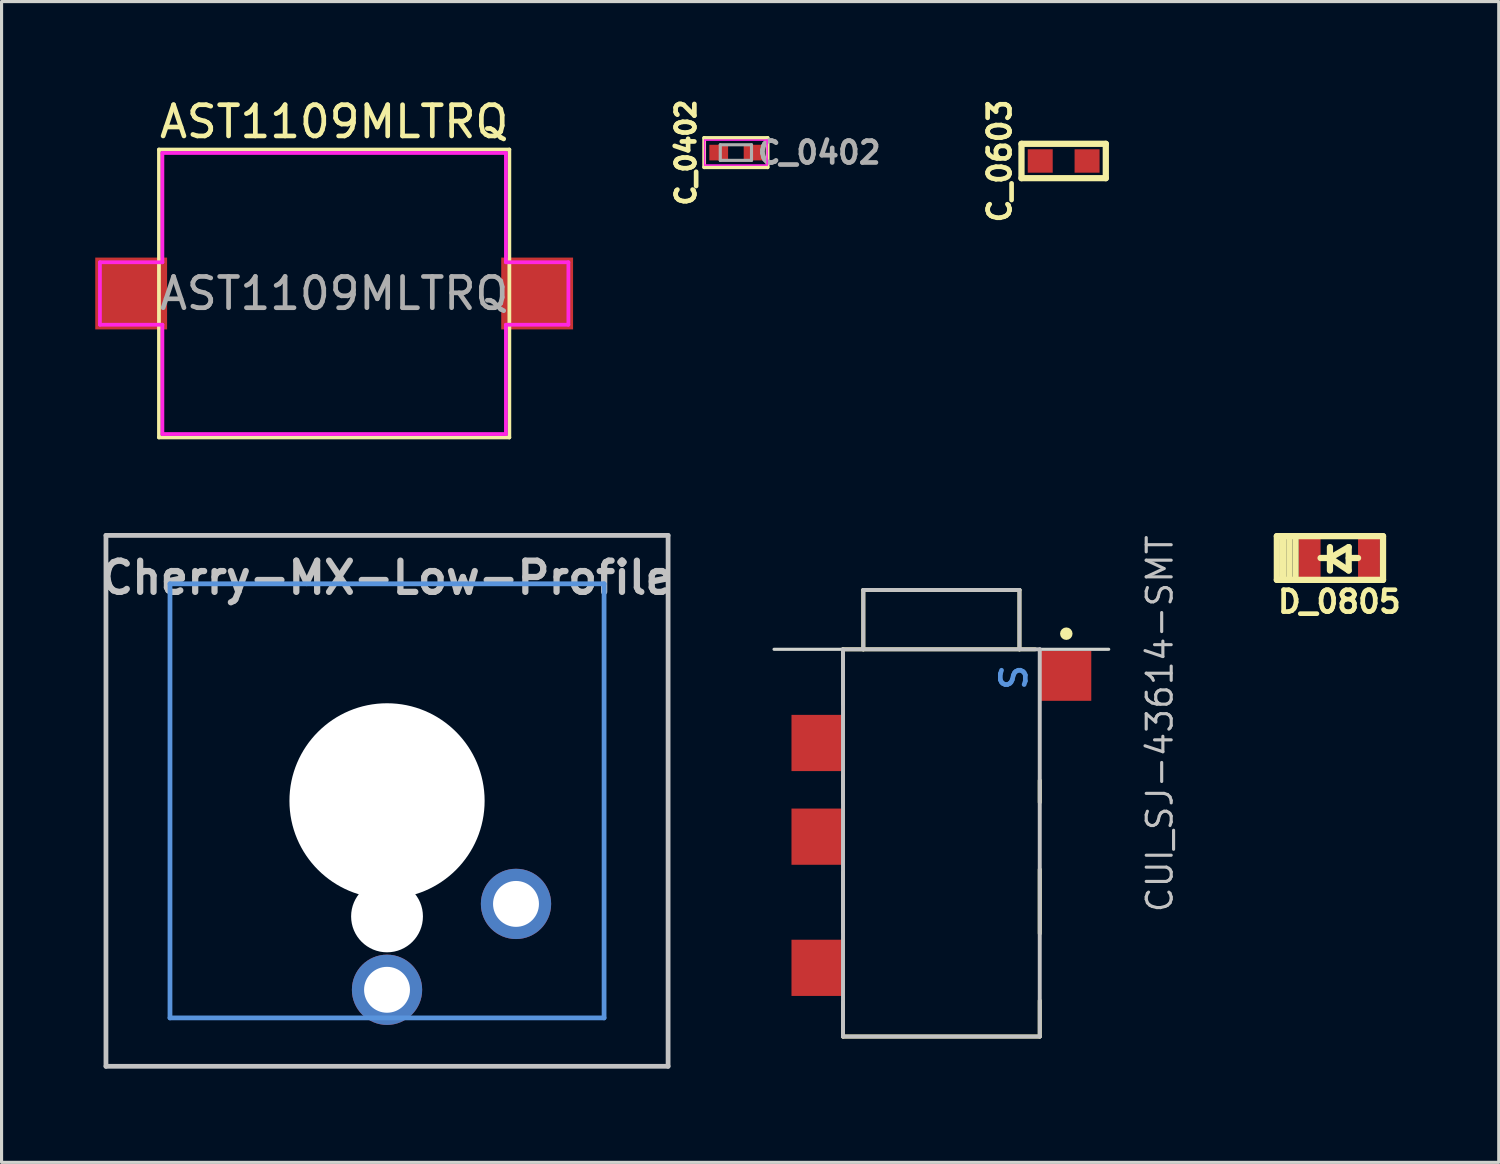
<source format=kicad_pcb>
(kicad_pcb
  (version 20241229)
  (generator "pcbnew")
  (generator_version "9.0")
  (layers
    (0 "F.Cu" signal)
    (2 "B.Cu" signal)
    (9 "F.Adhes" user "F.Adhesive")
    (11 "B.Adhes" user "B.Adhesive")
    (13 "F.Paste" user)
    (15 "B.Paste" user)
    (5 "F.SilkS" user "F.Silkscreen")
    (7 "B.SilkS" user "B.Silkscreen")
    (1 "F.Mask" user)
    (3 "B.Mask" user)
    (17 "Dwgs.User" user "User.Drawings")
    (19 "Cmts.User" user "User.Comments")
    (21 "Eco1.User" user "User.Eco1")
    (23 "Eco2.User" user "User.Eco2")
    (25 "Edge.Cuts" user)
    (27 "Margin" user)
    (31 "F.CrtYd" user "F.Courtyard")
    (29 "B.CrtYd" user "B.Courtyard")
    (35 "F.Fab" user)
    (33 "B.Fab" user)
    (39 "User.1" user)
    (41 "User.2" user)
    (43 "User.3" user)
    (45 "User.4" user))
  (footprint "AST1109MLTRQ"
    (layer "F.Cu")
    (at 7.65 6.348)
    (property "Reference" "AST1109MLTRQ" (at 0 -5.5 0) (layer "F.SilkS") (effects (font (size 1 1) (thickness 0.15))))
    (attr smd)
    (fp_line (start -5.61 -4.61) (end 5.61 -4.61) (stroke (width 0.12) (type solid)) (layer "F.SilkS"))
    (fp_line (start -5.61 4.61) (end -5.61 -4.61) (stroke (width 0.12) (type solid)) (layer "F.SilkS"))
    (fp_line (start 5.61 -4.61) (end 5.61 4.61) (stroke (width 0.12) (type solid)) (layer "F.SilkS"))
    (fp_line (start 5.61 4.61) (end -5.61 4.61) (stroke (width 0.12) (type solid)) (layer "F.SilkS"))
    (fp_line (start -7.5 -1) (end -7.5 1) (stroke (width 0.12) (type solid)) (layer "F.CrtYd"))
    (fp_line (start -7.5 1) (end -5.5 1) (stroke (width 0.12) (type solid)) (layer "F.CrtYd"))
    (fp_line (start -5.5 -1) (end -7.5 -1) (stroke (width 0.12) (type solid)) (layer "F.CrtYd"))
    (fp_line (start -5.5 -1) (end -5.5 -4.5) (stroke (width 0.12) (type solid)) (layer "F.CrtYd"))
    (fp_line (start -5.5 1) (end -5.5 4.5) (stroke (width 0.12) (type solid)) (layer "F.CrtYd"))
    (fp_line (start 5.5 -4.5) (end -5.5 -4.5) (stroke (width 0.12) (type solid)) (layer "F.CrtYd"))
    (fp_line (start 5.5 -1) (end 5.5 -4.5) (stroke (width 0.12) (type solid)) (layer "F.CrtYd"))
    (fp_line (start 5.5 1) (end 7.5 1) (stroke (width 0.12) (type solid)) (layer "F.CrtYd"))
    (fp_line (start 5.5 4.5) (end -5.5 4.5) (stroke (width 0.12) (type solid)) (layer "F.CrtYd"))
    (fp_line (start 5.5 4.5) (end 5.5 1) (stroke (width 0.12) (type solid)) (layer "F.CrtYd"))
    (fp_line (start 7.5 -1) (end 5.5 -1) (stroke (width 0.12) (type solid)) (layer "F.CrtYd"))
    (fp_line (start 7.5 1) (end 7.5 -1) (stroke (width 0.12) (type solid)) (layer "F.CrtYd"))
    (fp_text user "${REFERENCE}" (at 0 0 0) (layer "F.Fab") (effects (font (size 1 1) (thickness 0.15))))
    (pad "1" smd rect (at -6.5 0) (size 2.3 2.3) (layers "F.Cu" "F.Mask" "F.Paste"))
    (pad "2" smd rect (at 6.5 0) (size 2.3 2.3) (layers "F.Cu" "F.Mask" "F.Paste")))
  (footprint "CUI_SJ-43614-SMT"
    (layer "F.Cu")
    (at 27.094 17.741)
    (property "Reference" "CUI_SJ-43614-SMT" (at 6.994 2.385 270) (layer "Dwgs.User") (effects (font (size 0.8 0.8) (thickness 0.1))))
    (attr smd)
    (fp_line (start -3.15 0) (end -3.15 1.75) (stroke (width 0.127) (type solid)) (layer "F.SilkS"))
    (fp_line (start -3.15 4.05) (end -3.15 4.9) (stroke (width 0.127) (type solid)) (layer "F.SilkS"))
    (fp_line (start -3.15 7.15) (end -3.15 9.05) (stroke (width 0.127) (type solid)) (layer "F.SilkS"))
    (fp_line (start -3.15 12.4) (end -3.15 11.3) (stroke (width 0.127) (type solid)) (layer "F.SilkS"))
    (fp_line (start -2.5 -1.9) (end -2.5 0) (stroke (width 0.127) (type solid)) (layer "F.SilkS"))
    (fp_line (start -2.5 0) (end -3.15 0) (stroke (width 0.127) (type solid)) (layer "F.SilkS"))
    (fp_line (start 2.5 -1.9) (end -2.5 -1.9) (stroke (width 0.127) (type solid)) (layer "F.SilkS"))
    (fp_line (start 2.5 0) (end -2.5 0) (stroke (width 0.127) (type solid)) (layer "F.SilkS"))
    (fp_line (start 2.5 0) (end 2.5 -1.9) (stroke (width 0.127) (type solid)) (layer "F.SilkS"))
    (fp_line (start 3 0) (end 2.5 0) (stroke (width 0.127) (type solid)) (layer "F.SilkS"))
    (fp_line (start 3.15 4.2) (end 3.15 4.9) (stroke (width 0.127) (type solid)) (layer "F.SilkS"))
    (fp_line (start 3.15 9.1) (end 3.15 7.05) (stroke (width 0.127) (type solid)) (layer "F.SilkS"))
    (fp_line (start 3.15 11.25) (end 3.15 12.4) (stroke (width 0.127) (type solid)) (layer "F.SilkS"))
    (fp_line (start 3.15 12.4) (end -3.15 12.4) (stroke (width 0.127) (type solid)) (layer "F.SilkS"))
    (fp_circle (center 4 -0.5) (end 4 -0.4) (stroke (width 0.2) (type solid)) (fill no) (layer "F.SilkS"))
    (fp_line (start -3.15 0) (end -2.5 0) (stroke (width 0.127) (type solid)) (layer "Dwgs.User"))
    (fp_line (start -3.15 12.4) (end -3.15 0) (stroke (width 0.127) (type solid)) (layer "Dwgs.User"))
    (fp_line (start -2.5 -1.9) (end -2.5 0) (stroke (width 0.127) (type solid)) (layer "Dwgs.User"))
    (fp_line (start -2.5 0) (end 2.5 0) (stroke (width 0.127) (type solid)) (layer "Dwgs.User"))
    (fp_line (start 2.5 -1.9) (end -2.5 -1.9) (stroke (width 0.127) (type solid)) (layer "Dwgs.User"))
    (fp_line (start 2.5 0) (end 2.5 -1.9) (stroke (width 0.127) (type solid)) (layer "Dwgs.User"))
    (fp_line (start 2.5 0) (end 3.15 0) (stroke (width 0.127) (type solid)) (layer "Dwgs.User"))
    (fp_line (start 3.15 0) (end 3.15 12.4) (stroke (width 0.127) (type solid)) (layer "Dwgs.User"))
    (fp_line (start 3.15 12.4) (end -3.15 12.4) (stroke (width 0.127) (type solid)) (layer "Dwgs.User"))
    (fp_line (start -5 2) (end -3.5 2) (stroke (width 0.05) (type solid)) (layer "Eco1.User"))
    (fp_line (start -5 11.25) (end -5 2) (stroke (width 0.05) (type solid)) (layer "Eco1.User"))
    (fp_line (start -3.5 -0.25) (end -2.75 -0.25) (stroke (width 0.05) (type solid)) (layer "Eco1.User"))
    (fp_line (start -3.5 2) (end -3.5 -0.25) (stroke (width 0.05) (type solid)) (layer "Eco1.User"))
    (fp_line (start -3.5 11.25) (end -5 11.25) (stroke (width 0.05) (type solid)) (layer "Eco1.User"))
    (fp_line (start -3.5 12.75) (end -3.5 11.25) (stroke (width 0.05) (type solid)) (layer "Eco1.User"))
    (fp_line (start -2.75 -0.25) (end -2.75 -2.25) (stroke (width 0.05) (type solid)) (layer "Eco1.User"))
    (fp_line (start 2.75 -2.25) (end -2.75 -2.25) (stroke (width 0.05) (type solid)) (layer "Eco1.User"))
    (fp_line (start 2.75 -2.25) (end 2.75 -0.25) (stroke (width 0.05) (type solid)) (layer "Eco1.User"))
    (fp_line (start 2.75 -0.25) (end 5 -0.25) (stroke (width 0.05) (type solid)) (layer "Eco1.User"))
    (fp_line (start 3.5 11.25) (end 3.5 12.75) (stroke (width 0.05) (type solid)) (layer "Eco1.User"))
    (fp_line (start 3.5 12.75) (end -3.5 12.75) (stroke (width 0.05) (type solid)) (layer "Eco1.User"))
    (fp_line (start 5 -0.25) (end 5 11.25) (stroke (width 0.05) (type solid)) (layer "Eco1.User"))
    (fp_line (start 5 11.25) (end 3.5 11.25) (stroke (width 0.05) (type solid)) (layer "Eco1.User"))
    (fp_line (start -3.15 0) (end -5.358 0) (stroke (width 0.1) (type solid)) (layer "Edge.Cuts"))
    (fp_line (start -3.15 0) (end -3.15 7.5) (stroke (width 0.0001) (type solid)) (layer "Edge.Cuts"))
    (fp_line (start -3.15 7.5) (end -3.6 7.5) (stroke (width 0.0001) (type solid)) (layer "Edge.Cuts"))
    (fp_line (start -3.15 8.7) (end -3.6 8.7) (stroke (width 0.0001) (type solid)) (layer "Edge.Cuts"))
    (fp_line (start -3.15 12.4) (end -3.15 8.7) (stroke (width 0.0001) (type solid)) (layer "Edge.Cuts"))
    (fp_line (start 2.15 12.4) (end -2.15 12.4) (stroke (width 0.0001) (type solid)) (layer "Edge.Cuts"))
    (fp_line (start 3.15 0) (end 3.15 7.5) (stroke (width 0.0001) (type solid)) (layer "Edge.Cuts"))
    (fp_line (start 3.15 0) (end 5.358 0) (stroke (width 0.1) (type solid)) (layer "Edge.Cuts"))
    (fp_line (start 3.15 7.5) (end 3.6 7.5) (stroke (width 0.0001) (type solid)) (layer "Edge.Cuts"))
    (fp_line (start 3.15 8.7) (end 3.15 12.4) (stroke (width 0.0001) (type solid)) (layer "Edge.Cuts"))
    (fp_line (start 3.15 8.7) (end 3.6 8.7) (stroke (width 0.0001) (type solid)) (layer "Edge.Cuts"))
    (fp_arc (start -4.2 8.1) (mid -4.024264 7.675736) (end -3.6 7.5) (stroke (width 0.0001) (type solid)) (layer "Edge.Cuts"))
    (fp_arc (start -3.6 8.7) (mid -4.024264 8.524264) (end -4.2 8.1) (stroke (width 0.0001) (type solid)) (layer "Edge.Cuts"))
    (fp_arc (start -2.65 12.9) (mid -3.003553 12.753553) (end -3.15 12.4) (stroke (width 0.0001) (type solid)) (layer "Edge.Cuts"))
    (fp_arc (start -2.15 12.4) (mid -2.296447 12.753553) (end -2.65 12.9) (stroke (width 0.0001) (type solid)) (layer "Edge.Cuts"))
    (fp_arc (start 2.65 12.9) (mid 2.296447 12.753553) (end 2.15 12.4) (stroke (width 0.0001) (type solid)) (layer "Edge.Cuts"))
    (fp_arc (start 3.15 12.4) (mid 3.003553 12.753553) (end 2.65 12.9) (stroke (width 0.0001) (type solid)) (layer "Edge.Cuts"))
    (fp_arc (start 3.6 7.5) (mid 4.024264 7.675736) (end 4.2 8.1) (stroke (width 0.0001) (type solid)) (layer "Edge.Cuts"))
    (fp_arc (start 4.2 8.1) (mid 4.024264 8.524264) (end 3.6 8.7) (stroke (width 0.0001) (type solid)) (layer "Edge.Cuts"))
    (fp_text user "S" (at 2.25 0.9 270) (unlocked yes) (layer "Cmts.User") (effects (font (size 0.8 0.8) (thickness 0.15))))
    (pad "1" smd rect (at 3.975 0.85 90) (size 1.6 1.65) (layers "F.Cu" "F.Mask" "F.Paste"))
    (pad "2" smd rect (at -3.975 10.2 90) (size 1.8 1.65) (layers "F.Cu" "F.Mask" "F.Paste"))
    (pad "3" smd rect (at -3.975 6 90) (size 1.8 1.65) (layers "F.Cu" "F.Mask" "F.Paste"))
    (pad "4" smd rect (at -3.975 3 90) (size 1.8 1.65) (layers "F.Cu" "F.Mask" "F.Paste")))
  (footprint "C_0402"
    (layer "F.Cu")
    (at 20.514 1.836)
    (property "Reference" "C_0402" (at -1.6 0 90) (layer "F.SilkS") (effects (font (size 0.6 0.6) (thickness 0.15))))
    (attr smd)
    (fp_line (start -1.016 -0.47) (end -1.016 0.47) (stroke (width 0.12) (type solid)) (layer "F.SilkS"))
    (fp_line (start -1.016 0.47) (end 1.016 0.47) (stroke (width 0.12) (type solid)) (layer "F.SilkS"))
    (fp_line (start 1.016 -0.47) (end -1.016 -0.47) (stroke (width 0.12) (type solid)) (layer "F.SilkS"))
    (fp_line (start 1.016 -0.47) (end 1.016 0.47) (stroke (width 0.12) (type solid)) (layer "F.SilkS"))
    (fp_line (start -1 -0.4) (end -1 0.4) (stroke (width 0.05) (type solid)) (layer "F.CrtYd"))
    (fp_line (start -1 -0.4) (end 1 -0.4) (stroke (width 0.05) (type solid)) (layer "F.CrtYd"))
    (fp_line (start 1 0.4) (end -1 0.4) (stroke (width 0.05) (type solid)) (layer "F.CrtYd"))
    (fp_line (start 1 0.4) (end 1 -0.4) (stroke (width 0.05) (type solid)) (layer "F.CrtYd"))
    (fp_line (start -0.5 -0.25) (end 0.5 -0.25) (stroke (width 0.1) (type solid)) (layer "F.Fab"))
    (fp_line (start -0.5 0.25) (end -0.5 -0.25) (stroke (width 0.1) (type solid)) (layer "F.Fab"))
    (fp_line (start 0.5 -0.25) (end 0.5 0.25) (stroke (width 0.1) (type solid)) (layer "F.Fab"))
    (fp_line (start 0.5 0.25) (end -0.5 0.25) (stroke (width 0.1) (type solid)) (layer "F.Fab"))
    (fp_text user "${REFERENCE}" (at 2.667 0 0) (layer "F.Fab") (effects (font (size 0.7 0.7) (thickness 0.15))))
    (pad "1" smd rect (at -0.55 0) (size 0.6 0.5) (layers "F.Cu" "F.Mask" "F.Paste"))
    (pad "2" smd rect (at 0.55 0) (size 0.6 0.5) (layers "F.Cu" "F.Mask" "F.Paste")))
  (footprint "Cherry-MX-Low-Profile"
    (layer "F.Cu")
    (at 9.343 22.594)
    (property "Reference" "Cherry-MX-Low-Profile" (at 0 -7.144 180) (layer "Dwgs.User") (effects (font (size 1 1) (thickness 0.2))))
    (attr through_hole)
    (fp_line (start -9 -8.5) (end 9 -8.5) (stroke (width 0.152) (type solid)) (layer "Dwgs.User"))
    (fp_line (start -9 8.5) (end -9 -8.5) (stroke (width 0.152) (type solid)) (layer "Dwgs.User"))
    (fp_line (start 9 -8.5) (end 9 8.5) (stroke (width 0.152) (type solid)) (layer "Dwgs.User"))
    (fp_line (start 9 8.5) (end -9 8.5) (stroke (width 0.152) (type solid)) (layer "Dwgs.User"))
    (fp_line (start -6.95 -6.95) (end 6.95 -6.95) (stroke (width 0.152) (type solid)) (layer "Cmts.User"))
    (fp_line (start -6.95 6.95) (end -6.95 -6.95) (stroke (width 0.152) (type solid)) (layer "Cmts.User"))
    (fp_line (start 6.95 -6.95) (end 6.95 6.95) (stroke (width 0.152) (type solid)) (layer "Cmts.User"))
    (fp_line (start 6.95 6.95) (end -6.95 6.95) (stroke (width 0.152) (type solid)) (layer "Cmts.User"))
    (fp_line (start -7.5 -7.5) (end 7.5 -7.5) (stroke (width 0.152) (type solid)) (layer "Eco2.User"))
    (fp_line (start -7.5 7.5) (end -7.5 -7.5) (stroke (width 0.152) (type solid)) (layer "Eco2.User"))
    (fp_line (start 7.5 -7.5) (end 7.5 7.5) (stroke (width 0.152) (type solid)) (layer "Eco2.User"))
    (fp_line (start 7.5 7.5) (end -7.5 7.5) (stroke (width 0.152) (type solid)) (layer "Eco2.User"))
    (pad "" np_thru_hole circle (at 0 0 180) (size 6.25 6.25) (drill 6.25) (layers "*.Cu" "*.Mask"))
    (pad "" np_thru_hole circle (at 0 3.7 180) (size 2.3 2.3) (drill 2.3) (layers "*.Cu" "*.Mask"))
    (pad "1" thru_hole circle (at 0 6.05 180) (size 2.25 2.25) (drill 1.47) (layers "*.Cu" "*.Mask"))
    (pad "2" thru_hole circle (at 4.13 3.3 41.9) (size 2.25 2.25) (drill 1.47) (layers "*.Cu" "*.Mask")))
  (footprint "C_0603"
    (layer "F.Cu")
    (at 31.009 2.105)
    (property "Reference" "C_0603" (at -2.05 0 90) (layer "F.SilkS") (effects (font (size 0.7 0.7) (thickness 0.15))))
    (attr smd)
    (fp_line (start -1.35 -0.55) (end 1.35 -0.55) (stroke (width 0.2) (type solid)) (layer "F.SilkS"))
    (fp_line (start -1.35 0.55) (end -1.35 -0.55) (stroke (width 0.2) (type solid)) (layer "F.SilkS"))
    (fp_line (start 1.35 -0.55) (end 1.35 0.55) (stroke (width 0.2) (type solid)) (layer "F.SilkS"))
    (fp_line (start 1.35 0.55) (end -1.35 0.55) (stroke (width 0.2) (type solid)) (layer "F.SilkS"))
    (pad "1" smd rect (at -0.75 0) (size 0.8 0.75) (layers "F.Cu" "F.Mask" "F.Paste"))
    (pad "2" smd rect (at 0.75 0) (size 0.8 0.75) (layers "F.Cu" "F.Mask" "F.Paste")))
  (footprint "D_0805"
    (layer "F.Cu")
    (at 39.836 14.818)
    (property "Reference" "D_0805" (at 0 1.4 0) (layer "F.SilkS") (effects (font (size 0.7 0.7) (thickness 0.15))))
    (attr smd)
    (fp_line (start -2 -0.7) (end -2 0.7) (stroke (width 0.2) (type solid)) (layer "F.SilkS"))
    (fp_line (start -2 -0.7) (end 1.4 -0.7) (stroke (width 0.2) (type solid)) (layer "F.SilkS"))
    (fp_line (start -2 0.7) (end 1.4 0.7) (stroke (width 0.2) (type solid)) (layer "F.SilkS"))
    (fp_line (start -1.8 -0.7) (end -1.8 0.7) (stroke (width 0.2) (type solid)) (layer "F.SilkS"))
    (fp_line (start -1.6 -0.7) (end -1.6 0.7) (stroke (width 0.2) (type solid)) (layer "F.SilkS"))
    (fp_line (start -1.4 -0.7) (end -1.4 0.7) (stroke (width 0.2) (type solid)) (layer "F.SilkS"))
    (fp_line (start -0.3 -0.35) (end -0.3 0.4) (stroke (width 0.2) (type solid)) (layer "F.SilkS"))
    (fp_line (start -0.3 0) (end -0.6 0) (stroke (width 0.2) (type solid)) (layer "F.SilkS"))
    (fp_line (start -0.3 0) (end 0.3 -0.35) (stroke (width 0.2) (type solid)) (layer "F.SilkS"))
    (fp_line (start 0.3 -0.35) (end 0.3 0.4) (stroke (width 0.2) (type solid)) (layer "F.SilkS"))
    (fp_line (start 0.3 0) (end 0.6 0) (stroke (width 0.2) (type solid)) (layer "F.SilkS"))
    (fp_line (start 0.3 0.4) (end -0.3 0) (stroke (width 0.2) (type solid)) (layer "F.SilkS"))
    (fp_line (start 1.4 -0.7) (end 1.4 0.7) (stroke (width 0.2) (type solid)) (layer "F.SilkS"))
    (pad "1" smd rect (at -0.95 0) (size 0.7 1.3) (layers "F.Cu" "F.Mask" "F.Paste"))
    (pad "2" smd rect (at 0.95 0) (size 0.7 1.3) (layers "F.Cu" "F.Mask" "F.Paste")))
  (gr_rect
    (start -3 -3)
    (end 44.941 34.171)
    (stroke (width 0.1) (type default))
    (fill no)
    (layer "Edge.Cuts")))
</source>
